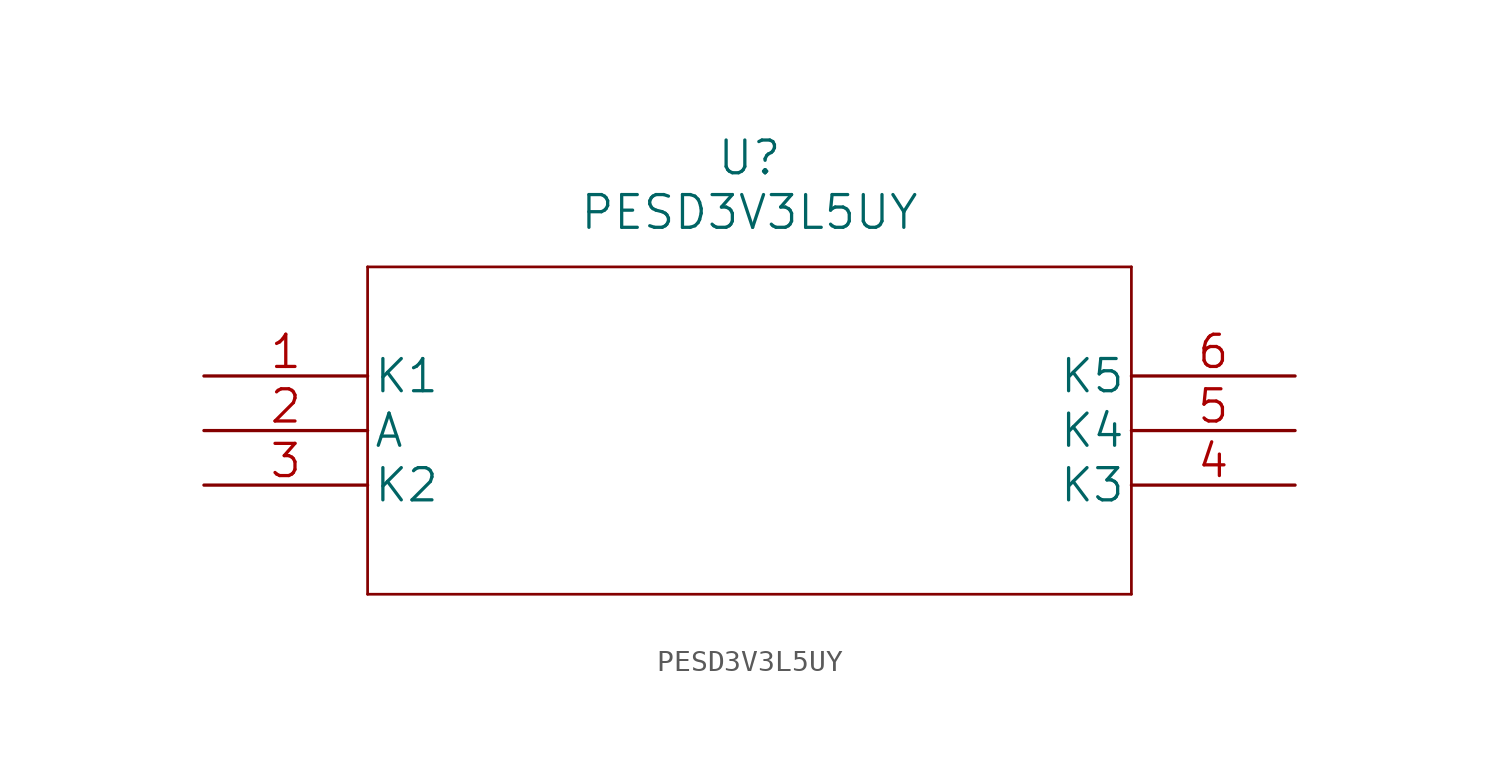
<source format=kicad_sym>
(kicad_symbol_lib
  (version 20220914)
  (generator kicad_symbol_editor)
  (symbol "PESD3V3L5UY"
    (pin_names
      (offset 0.254))
    (property "Reference" "U"
      (at 25.4 10.16 0)
      (effects (font (size 1.524 1.524))))
    (property "Value" "PESD3V3L5UY"
      (at 25.4 7.62 0)
      (effects (font (size 1.524 1.524))))
    (property "Datasheet" ""
      (at 0 0 0)
      (effects (font (size 1.524 1.524))))
    (property "ki_locked" ""
      (at 0 0 0)
      (effects (font (size 1.27 1.27))))
    (symbol "PESD3V3L5UY_1_1"
      (polyline (pts (xy 7.62 -10.16) (xy 43.18 -10.16)) (stroke (width 0.127) (type solid)) (fill (type none)))
      (polyline (pts (xy 7.62 5.08) (xy 7.62 -10.16)) (stroke (width 0.127) (type solid)) (fill (type none)))
      (polyline (pts (xy 43.18 -10.16) (xy 43.18 5.08)) (stroke (width 0.127) (type solid)) (fill (type none)))
      (polyline (pts (xy 43.18 5.08) (xy 7.62 5.08)) (stroke (width 0.127) (type solid)) (fill (type none)))
      (pin unspecified line (at 0 0 0) (length 7.62) (name "K1" (effects (font (size 1.499 1.499)))) (number "1" (effects (font (size 1.499 1.499)))))
      (pin unspecified line (at 0 -2.54 0) (length 7.62) (name "A" (effects (font (size 1.499 1.499)))) (number "2" (effects (font (size 1.499 1.499)))))
      (pin unspecified line (at 0 -5.08 0) (length 7.62) (name "K2" (effects (font (size 1.499 1.499)))) (number "3" (effects (font (size 1.499 1.499)))))
      (pin unspecified line (at 50.8 -5.08 180) (length 7.62) (name "K3" (effects (font (size 1.499 1.499)))) (number "4" (effects (font (size 1.499 1.499)))))
      (pin unspecified line (at 50.8 -2.54 180) (length 7.62) (name "K4" (effects (font (size 1.499 1.499)))) (number "5" (effects (font (size 1.499 1.499)))))
      (pin unspecified line (at 50.8 0 180) (length 7.62) (name "K5" (effects (font (size 1.499 1.499)))) (number "6" (effects (font (size 1.499 1.499))))))))
</source>
